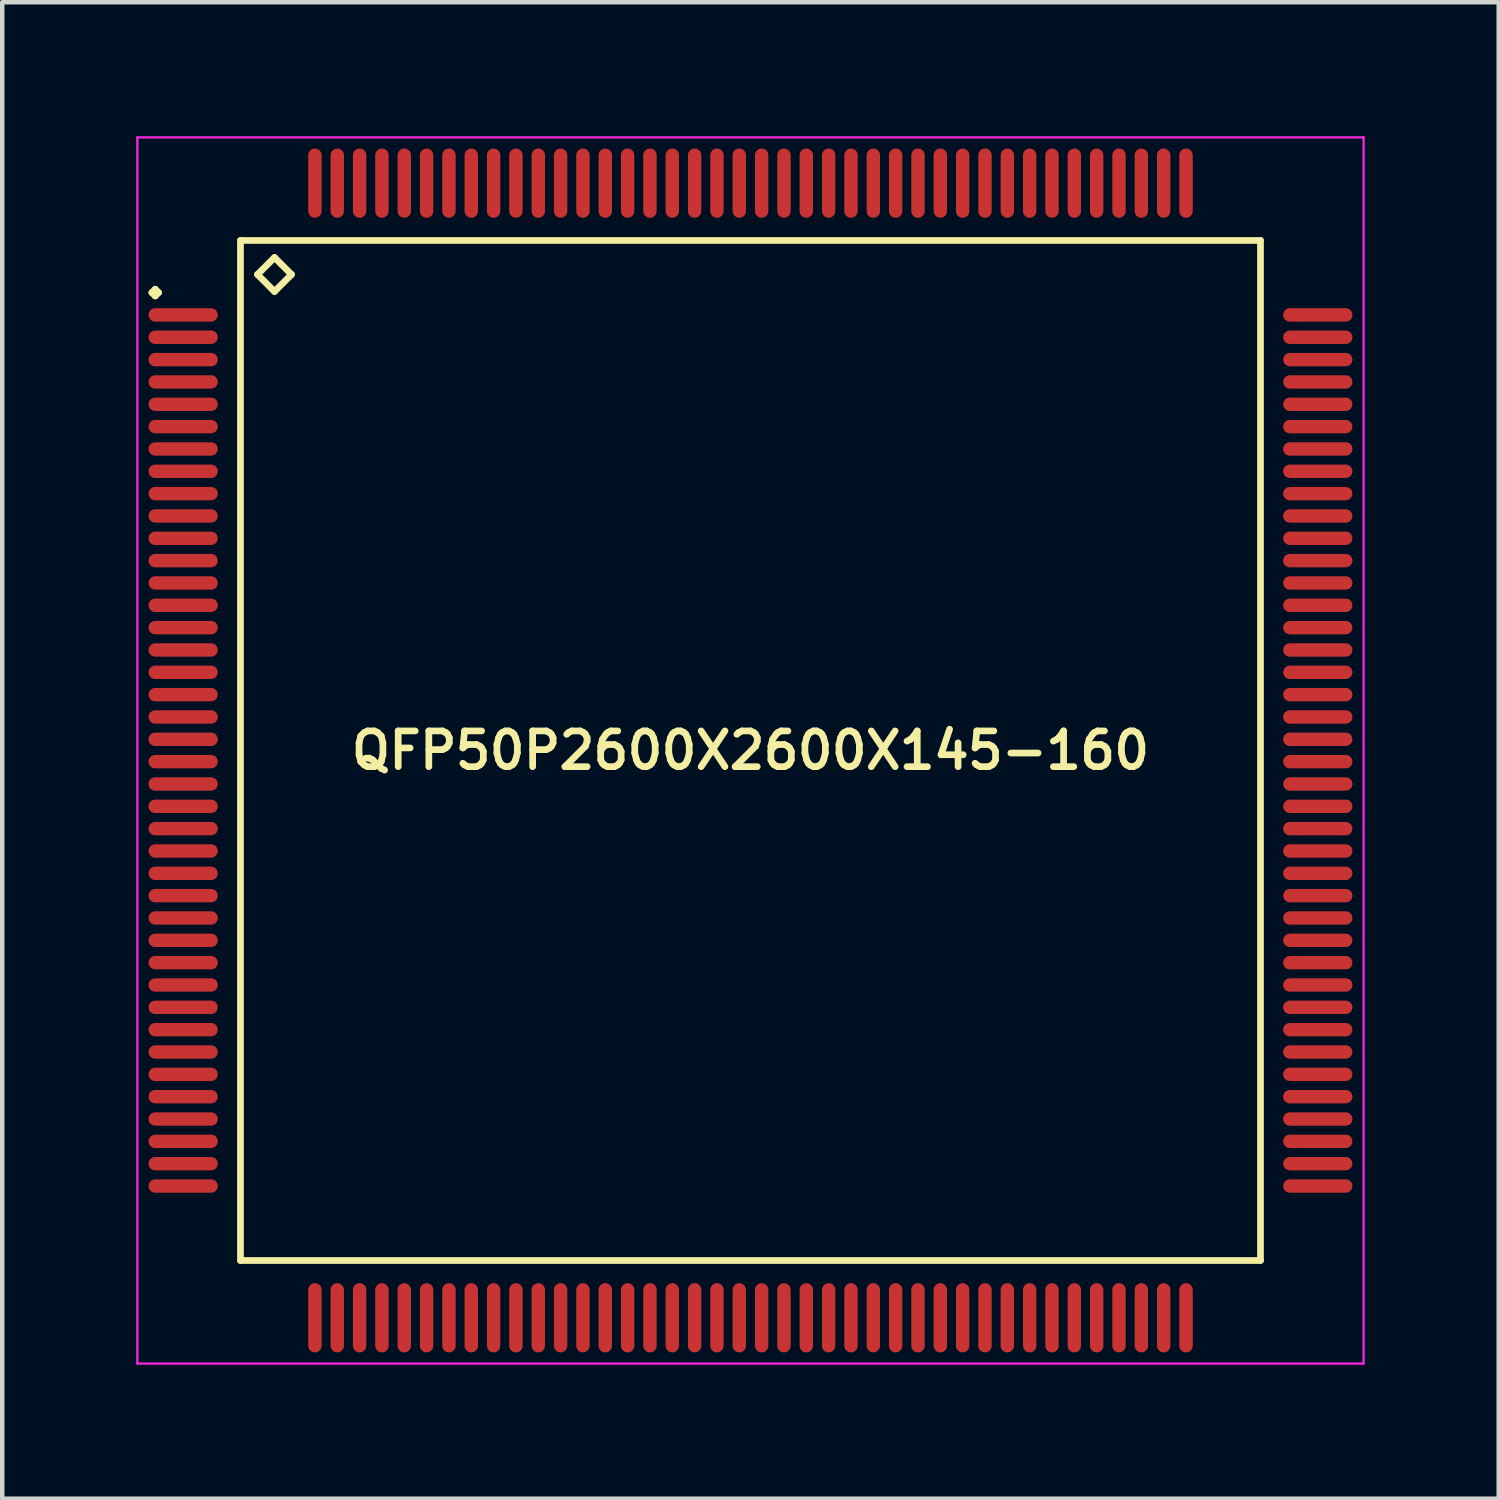
<source format=kicad_pcb>
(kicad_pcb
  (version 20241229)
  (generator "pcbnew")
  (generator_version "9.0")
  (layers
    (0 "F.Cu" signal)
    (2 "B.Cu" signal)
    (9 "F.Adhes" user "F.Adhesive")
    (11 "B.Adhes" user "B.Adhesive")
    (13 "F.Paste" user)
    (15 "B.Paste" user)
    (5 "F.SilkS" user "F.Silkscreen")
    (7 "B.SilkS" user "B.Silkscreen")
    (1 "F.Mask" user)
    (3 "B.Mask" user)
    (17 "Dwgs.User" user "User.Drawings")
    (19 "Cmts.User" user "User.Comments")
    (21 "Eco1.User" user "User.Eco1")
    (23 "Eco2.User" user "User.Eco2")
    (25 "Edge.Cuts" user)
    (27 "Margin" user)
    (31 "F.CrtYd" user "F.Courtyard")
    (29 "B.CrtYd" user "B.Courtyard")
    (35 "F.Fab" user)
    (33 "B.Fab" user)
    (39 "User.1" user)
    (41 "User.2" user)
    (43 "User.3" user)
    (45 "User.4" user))
  (footprint "QFP50P2600X2600X145-160"
    (layer "F.Cu")
    (at 13.75 13.75)
    (property "Reference" "QFP50P2600X2600X145-160" (at 0 0 0) (layer "F.SilkS") (effects (font (size 0.8 0.8) (thickness 0.15))))
    (attr smd)
    (fp_line (start -13.4 -10.25) (end -13.325 -10.325) (stroke (width 0.15) (type solid)) (layer "F.SilkS"))
    (fp_line (start -13.325 -10.325) (end -13.25 -10.25) (stroke (width 0.15) (type solid)) (layer "F.SilkS"))
    (fp_line (start -13.325 -10.175) (end -13.4 -10.25) (stroke (width 0.15) (type solid)) (layer "F.SilkS"))
    (fp_line (start -13.25 -10.25) (end -13.325 -10.175) (stroke (width 0.15) (type solid)) (layer "F.SilkS"))
    (fp_line (start -11.417 -11.417) (end -11.417 11.417) (stroke (width 0.15) (type solid)) (layer "F.SilkS"))
    (fp_line (start -11.417 11.417) (end 11.417 11.417) (stroke (width 0.15) (type solid)) (layer "F.SilkS"))
    (fp_line (start -11.036 -10.655) (end -10.655 -11.036) (stroke (width 0.15) (type solid)) (layer "F.SilkS"))
    (fp_line (start -10.655 -11.036) (end -10.274 -10.655) (stroke (width 0.15) (type solid)) (layer "F.SilkS"))
    (fp_line (start -10.655 -10.274) (end -11.036 -10.655) (stroke (width 0.15) (type solid)) (layer "F.SilkS"))
    (fp_line (start -10.274 -10.655) (end -10.655 -10.274) (stroke (width 0.15) (type solid)) (layer "F.SilkS"))
    (fp_line (start 11.417 -11.417) (end -11.417 -11.417) (stroke (width 0.15) (type solid)) (layer "F.SilkS"))
    (fp_line (start 11.417 11.417) (end 11.417 -11.417) (stroke (width 0.15) (type solid)) (layer "F.SilkS"))
    (fp_line (start -13.725 -13.725) (end 13.725 -13.725) (stroke (width 0.05) (type solid)) (layer "F.CrtYd"))
    (fp_line (start -13.725 13.725) (end -13.725 -13.725) (stroke (width 0.05) (type solid)) (layer "F.CrtYd"))
    (fp_line (start 13.725 -13.725) (end 13.725 13.725) (stroke (width 0.05) (type solid)) (layer "F.CrtYd"))
    (fp_line (start 13.725 13.725) (end -13.725 13.725) (stroke (width 0.05) (type solid)) (layer "F.CrtYd"))
    (pad "1" smd oval (at -12.7 -9.75) (size 1.55 0.3) (layers "F.Cu" "F.Mask" "F.Paste"))
    (pad "2" smd oval (at -12.7 -9.25) (size 1.55 0.3) (layers "F.Cu" "F.Mask" "F.Paste"))
    (pad "3" smd oval (at -12.7 -8.75) (size 1.55 0.3) (layers "F.Cu" "F.Mask" "F.Paste"))
    (pad "4" smd oval (at -12.7 -8.25) (size 1.55 0.3) (layers "F.Cu" "F.Mask" "F.Paste"))
    (pad "5" smd oval (at -12.7 -7.75) (size 1.55 0.3) (layers "F.Cu" "F.Mask" "F.Paste"))
    (pad "6" smd oval (at -12.7 -7.25) (size 1.55 0.3) (layers "F.Cu" "F.Mask" "F.Paste"))
    (pad "7" smd oval (at -12.7 -6.75) (size 1.55 0.3) (layers "F.Cu" "F.Mask" "F.Paste"))
    (pad "8" smd oval (at -12.7 -6.25) (size 1.55 0.3) (layers "F.Cu" "F.Mask" "F.Paste"))
    (pad "9" smd oval (at -12.7 -5.75) (size 1.55 0.3) (layers "F.Cu" "F.Mask" "F.Paste"))
    (pad "10" smd oval (at -12.7 -5.25) (size 1.55 0.3) (layers "F.Cu" "F.Mask" "F.Paste"))
    (pad "11" smd oval (at -12.7 -4.75) (size 1.55 0.3) (layers "F.Cu" "F.Mask" "F.Paste"))
    (pad "12" smd oval (at -12.7 -4.25) (size 1.55 0.3) (layers "F.Cu" "F.Mask" "F.Paste"))
    (pad "13" smd oval (at -12.7 -3.75) (size 1.55 0.3) (layers "F.Cu" "F.Mask" "F.Paste"))
    (pad "14" smd oval (at -12.7 -3.25) (size 1.55 0.3) (layers "F.Cu" "F.Mask" "F.Paste"))
    (pad "15" smd oval (at -12.7 -2.75) (size 1.55 0.3) (layers "F.Cu" "F.Mask" "F.Paste"))
    (pad "16" smd oval (at -12.7 -2.25) (size 1.55 0.3) (layers "F.Cu" "F.Mask" "F.Paste"))
    (pad "17" smd oval (at -12.7 -1.75) (size 1.55 0.3) (layers "F.Cu" "F.Mask" "F.Paste"))
    (pad "18" smd oval (at -12.7 -1.25) (size 1.55 0.3) (layers "F.Cu" "F.Mask" "F.Paste"))
    (pad "19" smd oval (at -12.7 -0.75) (size 1.55 0.3) (layers "F.Cu" "F.Mask" "F.Paste"))
    (pad "20" smd oval (at -12.7 -0.25) (size 1.55 0.3) (layers "F.Cu" "F.Mask" "F.Paste"))
    (pad "21" smd oval (at -12.7 0.25) (size 1.55 0.3) (layers "F.Cu" "F.Mask" "F.Paste"))
    (pad "22" smd oval (at -12.7 0.75) (size 1.55 0.3) (layers "F.Cu" "F.Mask" "F.Paste"))
    (pad "23" smd oval (at -12.7 1.25) (size 1.55 0.3) (layers "F.Cu" "F.Mask" "F.Paste"))
    (pad "24" smd oval (at -12.7 1.75) (size 1.55 0.3) (layers "F.Cu" "F.Mask" "F.Paste"))
    (pad "25" smd oval (at -12.7 2.25) (size 1.55 0.3) (layers "F.Cu" "F.Mask" "F.Paste"))
    (pad "26" smd oval (at -12.7 2.75) (size 1.55 0.3) (layers "F.Cu" "F.Mask" "F.Paste"))
    (pad "27" smd oval (at -12.7 3.25) (size 1.55 0.3) (layers "F.Cu" "F.Mask" "F.Paste"))
    (pad "28" smd oval (at -12.7 3.75) (size 1.55 0.3) (layers "F.Cu" "F.Mask" "F.Paste"))
    (pad "29" smd oval (at -12.7 4.25) (size 1.55 0.3) (layers "F.Cu" "F.Mask" "F.Paste"))
    (pad "30" smd oval (at -12.7 4.75) (size 1.55 0.3) (layers "F.Cu" "F.Mask" "F.Paste"))
    (pad "31" smd oval (at -12.7 5.25) (size 1.55 0.3) (layers "F.Cu" "F.Mask" "F.Paste"))
    (pad "32" smd oval (at -12.7 5.75) (size 1.55 0.3) (layers "F.Cu" "F.Mask" "F.Paste"))
    (pad "33" smd oval (at -12.7 6.25) (size 1.55 0.3) (layers "F.Cu" "F.Mask" "F.Paste"))
    (pad "34" smd oval (at -12.7 6.75) (size 1.55 0.3) (layers "F.Cu" "F.Mask" "F.Paste"))
    (pad "35" smd oval (at -12.7 7.25) (size 1.55 0.3) (layers "F.Cu" "F.Mask" "F.Paste"))
    (pad "36" smd oval (at -12.7 7.75) (size 1.55 0.3) (layers "F.Cu" "F.Mask" "F.Paste"))
    (pad "37" smd oval (at -12.7 8.25) (size 1.55 0.3) (layers "F.Cu" "F.Mask" "F.Paste"))
    (pad "38" smd oval (at -12.7 8.75) (size 1.55 0.3) (layers "F.Cu" "F.Mask" "F.Paste"))
    (pad "39" smd oval (at -12.7 9.25) (size 1.55 0.3) (layers "F.Cu" "F.Mask" "F.Paste"))
    (pad "40" smd oval (at -12.7 9.75) (size 1.55 0.3) (layers "F.Cu" "F.Mask" "F.Paste"))
    (pad "41" smd oval (at -9.75 12.7) (size 0.3 1.55) (layers "F.Cu" "F.Mask" "F.Paste"))
    (pad "42" smd oval (at -9.25 12.7) (size 0.3 1.55) (layers "F.Cu" "F.Mask" "F.Paste"))
    (pad "43" smd oval (at -8.75 12.7) (size 0.3 1.55) (layers "F.Cu" "F.Mask" "F.Paste"))
    (pad "44" smd oval (at -8.25 12.7) (size 0.3 1.55) (layers "F.Cu" "F.Mask" "F.Paste"))
    (pad "45" smd oval (at -7.75 12.7) (size 0.3 1.55) (layers "F.Cu" "F.Mask" "F.Paste"))
    (pad "46" smd oval (at -7.25 12.7) (size 0.3 1.55) (layers "F.Cu" "F.Mask" "F.Paste"))
    (pad "47" smd oval (at -6.75 12.7) (size 0.3 1.55) (layers "F.Cu" "F.Mask" "F.Paste"))
    (pad "48" smd oval (at -6.25 12.7) (size 0.3 1.55) (layers "F.Cu" "F.Mask" "F.Paste"))
    (pad "49" smd oval (at -5.75 12.7) (size 0.3 1.55) (layers "F.Cu" "F.Mask" "F.Paste"))
    (pad "50" smd oval (at -5.25 12.7) (size 0.3 1.55) (layers "F.Cu" "F.Mask" "F.Paste"))
    (pad "51" smd oval (at -4.75 12.7) (size 0.3 1.55) (layers "F.Cu" "F.Mask" "F.Paste"))
    (pad "52" smd oval (at -4.25 12.7) (size 0.3 1.55) (layers "F.Cu" "F.Mask" "F.Paste"))
    (pad "53" smd oval (at -3.75 12.7) (size 0.3 1.55) (layers "F.Cu" "F.Mask" "F.Paste"))
    (pad "54" smd oval (at -3.25 12.7) (size 0.3 1.55) (layers "F.Cu" "F.Mask" "F.Paste"))
    (pad "55" smd oval (at -2.75 12.7) (size 0.3 1.55) (layers "F.Cu" "F.Mask" "F.Paste"))
    (pad "56" smd oval (at -2.25 12.7) (size 0.3 1.55) (layers "F.Cu" "F.Mask" "F.Paste"))
    (pad "57" smd oval (at -1.75 12.7) (size 0.3 1.55) (layers "F.Cu" "F.Mask" "F.Paste"))
    (pad "58" smd oval (at -1.25 12.7) (size 0.3 1.55) (layers "F.Cu" "F.Mask" "F.Paste"))
    (pad "59" smd oval (at -0.75 12.7) (size 0.3 1.55) (layers "F.Cu" "F.Mask" "F.Paste"))
    (pad "60" smd oval (at -0.25 12.7) (size 0.3 1.55) (layers "F.Cu" "F.Mask" "F.Paste"))
    (pad "61" smd oval (at 0.25 12.7) (size 0.3 1.55) (layers "F.Cu" "F.Mask" "F.Paste"))
    (pad "62" smd oval (at 0.75 12.7) (size 0.3 1.55) (layers "F.Cu" "F.Mask" "F.Paste"))
    (pad "63" smd oval (at 1.25 12.7) (size 0.3 1.55) (layers "F.Cu" "F.Mask" "F.Paste"))
    (pad "64" smd oval (at 1.75 12.7) (size 0.3 1.55) (layers "F.Cu" "F.Mask" "F.Paste"))
    (pad "65" smd oval (at 2.25 12.7) (size 0.3 1.55) (layers "F.Cu" "F.Mask" "F.Paste"))
    (pad "66" smd oval (at 2.75 12.7) (size 0.3 1.55) (layers "F.Cu" "F.Mask" "F.Paste"))
    (pad "67" smd oval (at 3.25 12.7) (size 0.3 1.55) (layers "F.Cu" "F.Mask" "F.Paste"))
    (pad "68" smd oval (at 3.75 12.7) (size 0.3 1.55) (layers "F.Cu" "F.Mask" "F.Paste"))
    (pad "69" smd oval (at 4.25 12.7) (size 0.3 1.55) (layers "F.Cu" "F.Mask" "F.Paste"))
    (pad "70" smd oval (at 4.75 12.7) (size 0.3 1.55) (layers "F.Cu" "F.Mask" "F.Paste"))
    (pad "71" smd oval (at 5.25 12.7) (size 0.3 1.55) (layers "F.Cu" "F.Mask" "F.Paste"))
    (pad "72" smd oval (at 5.75 12.7) (size 0.3 1.55) (layers "F.Cu" "F.Mask" "F.Paste"))
    (pad "73" smd oval (at 6.25 12.7) (size 0.3 1.55) (layers "F.Cu" "F.Mask" "F.Paste"))
    (pad "74" smd oval (at 6.75 12.7) (size 0.3 1.55) (layers "F.Cu" "F.Mask" "F.Paste"))
    (pad "75" smd oval (at 7.25 12.7) (size 0.3 1.55) (layers "F.Cu" "F.Mask" "F.Paste"))
    (pad "76" smd oval (at 7.75 12.7) (size 0.3 1.55) (layers "F.Cu" "F.Mask" "F.Paste"))
    (pad "77" smd oval (at 8.25 12.7) (size 0.3 1.55) (layers "F.Cu" "F.Mask" "F.Paste"))
    (pad "78" smd oval (at 8.75 12.7) (size 0.3 1.55) (layers "F.Cu" "F.Mask" "F.Paste"))
    (pad "79" smd oval (at 9.25 12.7) (size 0.3 1.55) (layers "F.Cu" "F.Mask" "F.Paste"))
    (pad "80" smd oval (at 9.75 12.7) (size 0.3 1.55) (layers "F.Cu" "F.Mask" "F.Paste"))
    (pad "81" smd oval (at 12.7 9.75) (size 1.55 0.3) (layers "F.Cu" "F.Mask" "F.Paste"))
    (pad "82" smd oval (at 12.7 9.25) (size 1.55 0.3) (layers "F.Cu" "F.Mask" "F.Paste"))
    (pad "83" smd oval (at 12.7 8.75) (size 1.55 0.3) (layers "F.Cu" "F.Mask" "F.Paste"))
    (pad "84" smd oval (at 12.7 8.25) (size 1.55 0.3) (layers "F.Cu" "F.Mask" "F.Paste"))
    (pad "85" smd oval (at 12.7 7.75) (size 1.55 0.3) (layers "F.Cu" "F.Mask" "F.Paste"))
    (pad "86" smd oval (at 12.7 7.25) (size 1.55 0.3) (layers "F.Cu" "F.Mask" "F.Paste"))
    (pad "87" smd oval (at 12.7 6.75) (size 1.55 0.3) (layers "F.Cu" "F.Mask" "F.Paste"))
    (pad "88" smd oval (at 12.7 6.25) (size 1.55 0.3) (layers "F.Cu" "F.Mask" "F.Paste"))
    (pad "89" smd oval (at 12.7 5.75) (size 1.55 0.3) (layers "F.Cu" "F.Mask" "F.Paste"))
    (pad "90" smd oval (at 12.7 5.25) (size 1.55 0.3) (layers "F.Cu" "F.Mask" "F.Paste"))
    (pad "91" smd oval (at 12.7 4.75) (size 1.55 0.3) (layers "F.Cu" "F.Mask" "F.Paste"))
    (pad "92" smd oval (at 12.7 4.25) (size 1.55 0.3) (layers "F.Cu" "F.Mask" "F.Paste"))
    (pad "93" smd oval (at 12.7 3.75) (size 1.55 0.3) (layers "F.Cu" "F.Mask" "F.Paste"))
    (pad "94" smd oval (at 12.7 3.25) (size 1.55 0.3) (layers "F.Cu" "F.Mask" "F.Paste"))
    (pad "95" smd oval (at 12.7 2.75) (size 1.55 0.3) (layers "F.Cu" "F.Mask" "F.Paste"))
    (pad "96" smd oval (at 12.7 2.25) (size 1.55 0.3) (layers "F.Cu" "F.Mask" "F.Paste"))
    (pad "97" smd oval (at 12.7 1.75) (size 1.55 0.3) (layers "F.Cu" "F.Mask" "F.Paste"))
    (pad "98" smd oval (at 12.7 1.25) (size 1.55 0.3) (layers "F.Cu" "F.Mask" "F.Paste"))
    (pad "99" smd oval (at 12.7 0.75) (size 1.55 0.3) (layers "F.Cu" "F.Mask" "F.Paste"))
    (pad "100" smd oval (at 12.7 0.25) (size 1.55 0.3) (layers "F.Cu" "F.Mask" "F.Paste"))
    (pad "101" smd oval (at 12.7 -0.25) (size 1.55 0.3) (layers "F.Cu" "F.Mask" "F.Paste"))
    (pad "102" smd oval (at 12.7 -0.75) (size 1.55 0.3) (layers "F.Cu" "F.Mask" "F.Paste"))
    (pad "103" smd oval (at 12.7 -1.25) (size 1.55 0.3) (layers "F.Cu" "F.Mask" "F.Paste"))
    (pad "104" smd oval (at 12.7 -1.75) (size 1.55 0.3) (layers "F.Cu" "F.Mask" "F.Paste"))
    (pad "105" smd oval (at 12.7 -2.25) (size 1.55 0.3) (layers "F.Cu" "F.Mask" "F.Paste"))
    (pad "106" smd oval (at 12.7 -2.75) (size 1.55 0.3) (layers "F.Cu" "F.Mask" "F.Paste"))
    (pad "107" smd oval (at 12.7 -3.25) (size 1.55 0.3) (layers "F.Cu" "F.Mask" "F.Paste"))
    (pad "108" smd oval (at 12.7 -3.75) (size 1.55 0.3) (layers "F.Cu" "F.Mask" "F.Paste"))
    (pad "109" smd oval (at 12.7 -4.25) (size 1.55 0.3) (layers "F.Cu" "F.Mask" "F.Paste"))
    (pad "110" smd oval (at 12.7 -4.75) (size 1.55 0.3) (layers "F.Cu" "F.Mask" "F.Paste"))
    (pad "111" smd oval (at 12.7 -5.25) (size 1.55 0.3) (layers "F.Cu" "F.Mask" "F.Paste"))
    (pad "112" smd oval (at 12.7 -5.75) (size 1.55 0.3) (layers "F.Cu" "F.Mask" "F.Paste"))
    (pad "113" smd oval (at 12.7 -6.25) (size 1.55 0.3) (layers "F.Cu" "F.Mask" "F.Paste"))
    (pad "114" smd oval (at 12.7 -6.75) (size 1.55 0.3) (layers "F.Cu" "F.Mask" "F.Paste"))
    (pad "115" smd oval (at 12.7 -7.25) (size 1.55 0.3) (layers "F.Cu" "F.Mask" "F.Paste"))
    (pad "116" smd oval (at 12.7 -7.75) (size 1.55 0.3) (layers "F.Cu" "F.Mask" "F.Paste"))
    (pad "117" smd oval (at 12.7 -8.25) (size 1.55 0.3) (layers "F.Cu" "F.Mask" "F.Paste"))
    (pad "118" smd oval (at 12.7 -8.75) (size 1.55 0.3) (layers "F.Cu" "F.Mask" "F.Paste"))
    (pad "119" smd oval (at 12.7 -9.25) (size 1.55 0.3) (layers "F.Cu" "F.Mask" "F.Paste"))
    (pad "120" smd oval (at 12.7 -9.75) (size 1.55 0.3) (layers "F.Cu" "F.Mask" "F.Paste"))
    (pad "121" smd oval (at 9.75 -12.7) (size 0.3 1.55) (layers "F.Cu" "F.Mask" "F.Paste"))
    (pad "122" smd oval (at 9.25 -12.7) (size 0.3 1.55) (layers "F.Cu" "F.Mask" "F.Paste"))
    (pad "123" smd oval (at 8.75 -12.7) (size 0.3 1.55) (layers "F.Cu" "F.Mask" "F.Paste"))
    (pad "124" smd oval (at 8.25 -12.7) (size 0.3 1.55) (layers "F.Cu" "F.Mask" "F.Paste"))
    (pad "125" smd oval (at 7.75 -12.7) (size 0.3 1.55) (layers "F.Cu" "F.Mask" "F.Paste"))
    (pad "126" smd oval (at 7.25 -12.7) (size 0.3 1.55) (layers "F.Cu" "F.Mask" "F.Paste"))
    (pad "127" smd oval (at 6.75 -12.7) (size 0.3 1.55) (layers "F.Cu" "F.Mask" "F.Paste"))
    (pad "128" smd oval (at 6.25 -12.7) (size 0.3 1.55) (layers "F.Cu" "F.Mask" "F.Paste"))
    (pad "129" smd oval (at 5.75 -12.7) (size 0.3 1.55) (layers "F.Cu" "F.Mask" "F.Paste"))
    (pad "130" smd oval (at 5.25 -12.7) (size 0.3 1.55) (layers "F.Cu" "F.Mask" "F.Paste"))
    (pad "131" smd oval (at 4.75 -12.7) (size 0.3 1.55) (layers "F.Cu" "F.Mask" "F.Paste"))
    (pad "132" smd oval (at 4.25 -12.7) (size 0.3 1.55) (layers "F.Cu" "F.Mask" "F.Paste"))
    (pad "133" smd oval (at 3.75 -12.7) (size 0.3 1.55) (layers "F.Cu" "F.Mask" "F.Paste"))
    (pad "134" smd oval (at 3.25 -12.7) (size 0.3 1.55) (layers "F.Cu" "F.Mask" "F.Paste"))
    (pad "135" smd oval (at 2.75 -12.7) (size 0.3 1.55) (layers "F.Cu" "F.Mask" "F.Paste"))
    (pad "136" smd oval (at 2.25 -12.7) (size 0.3 1.55) (layers "F.Cu" "F.Mask" "F.Paste"))
    (pad "137" smd oval (at 1.75 -12.7) (size 0.3 1.55) (layers "F.Cu" "F.Mask" "F.Paste"))
    (pad "138" smd oval (at 1.25 -12.7) (size 0.3 1.55) (layers "F.Cu" "F.Mask" "F.Paste"))
    (pad "139" smd oval (at 0.75 -12.7) (size 0.3 1.55) (layers "F.Cu" "F.Mask" "F.Paste"))
    (pad "140" smd oval (at 0.25 -12.7) (size 0.3 1.55) (layers "F.Cu" "F.Mask" "F.Paste"))
    (pad "141" smd oval (at -0.25 -12.7) (size 0.3 1.55) (layers "F.Cu" "F.Mask" "F.Paste"))
    (pad "142" smd oval (at -0.75 -12.7) (size 0.3 1.55) (layers "F.Cu" "F.Mask" "F.Paste"))
    (pad "143" smd oval (at -1.25 -12.7) (size 0.3 1.55) (layers "F.Cu" "F.Mask" "F.Paste"))
    (pad "144" smd oval (at -1.75 -12.7) (size 0.3 1.55) (layers "F.Cu" "F.Mask" "F.Paste"))
    (pad "145" smd oval (at -2.25 -12.7) (size 0.3 1.55) (layers "F.Cu" "F.Mask" "F.Paste"))
    (pad "146" smd oval (at -2.75 -12.7) (size 0.3 1.55) (layers "F.Cu" "F.Mask" "F.Paste"))
    (pad "147" smd oval (at -3.25 -12.7) (size 0.3 1.55) (layers "F.Cu" "F.Mask" "F.Paste"))
    (pad "148" smd oval (at -3.75 -12.7) (size 0.3 1.55) (layers "F.Cu" "F.Mask" "F.Paste"))
    (pad "149" smd oval (at -4.25 -12.7) (size 0.3 1.55) (layers "F.Cu" "F.Mask" "F.Paste"))
    (pad "150" smd oval (at -4.75 -12.7) (size 0.3 1.55) (layers "F.Cu" "F.Mask" "F.Paste"))
    (pad "151" smd oval (at -5.25 -12.7) (size 0.3 1.55) (layers "F.Cu" "F.Mask" "F.Paste"))
    (pad "152" smd oval (at -5.75 -12.7) (size 0.3 1.55) (layers "F.Cu" "F.Mask" "F.Paste"))
    (pad "153" smd oval (at -6.25 -12.7) (size 0.3 1.55) (layers "F.Cu" "F.Mask" "F.Paste"))
    (pad "154" smd oval (at -6.75 -12.7) (size 0.3 1.55) (layers "F.Cu" "F.Mask" "F.Paste"))
    (pad "155" smd oval (at -7.25 -12.7) (size 0.3 1.55) (layers "F.Cu" "F.Mask" "F.Paste"))
    (pad "156" smd oval (at -7.75 -12.7) (size 0.3 1.55) (layers "F.Cu" "F.Mask" "F.Paste"))
    (pad "157" smd oval (at -8.25 -12.7) (size 0.3 1.55) (layers "F.Cu" "F.Mask" "F.Paste"))
    (pad "158" smd oval (at -8.75 -12.7) (size 0.3 1.55) (layers "F.Cu" "F.Mask" "F.Paste"))
    (pad "159" smd oval (at -9.25 -12.7) (size 0.3 1.55) (layers "F.Cu" "F.Mask" "F.Paste"))
    (pad "160" smd oval (at -9.75 -12.7) (size 0.3 1.55) (layers "F.Cu" "F.Mask" "F.Paste")))
  (gr_rect
    (start -3 -3)
    (end 30.5 30.5)
    (stroke (width 0.1) (type default))
    (fill no)
    (layer "Edge.Cuts")))
</source>
